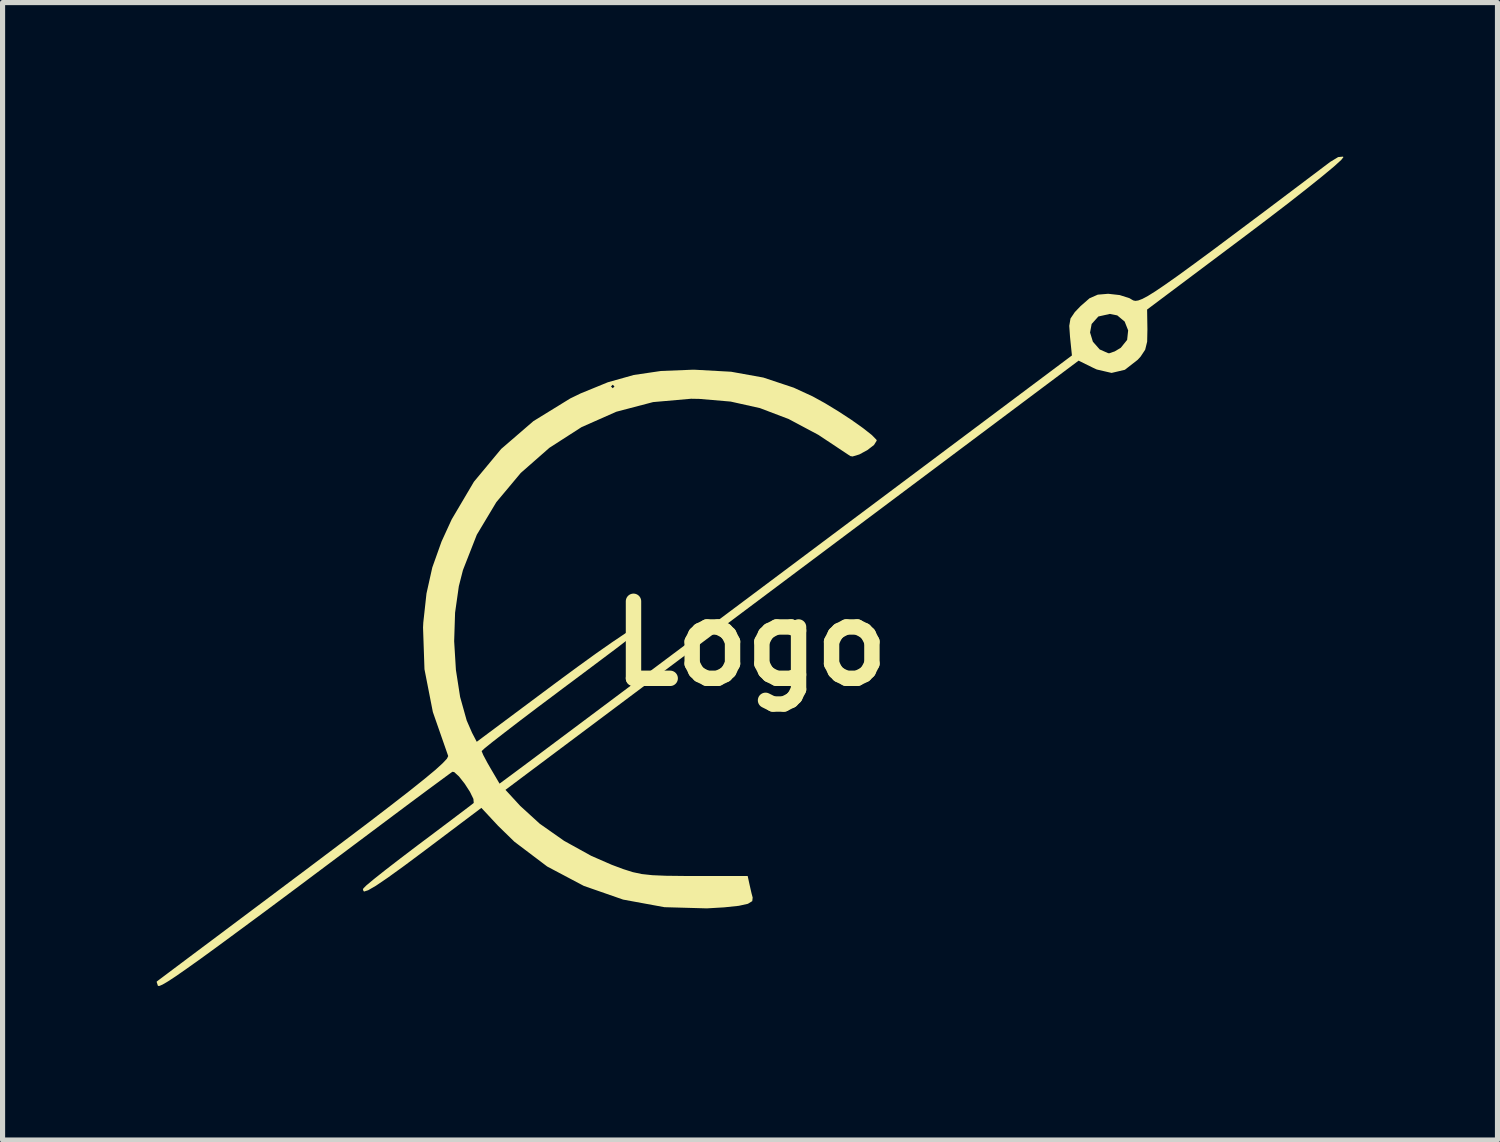
<source format=kicad_pcb>
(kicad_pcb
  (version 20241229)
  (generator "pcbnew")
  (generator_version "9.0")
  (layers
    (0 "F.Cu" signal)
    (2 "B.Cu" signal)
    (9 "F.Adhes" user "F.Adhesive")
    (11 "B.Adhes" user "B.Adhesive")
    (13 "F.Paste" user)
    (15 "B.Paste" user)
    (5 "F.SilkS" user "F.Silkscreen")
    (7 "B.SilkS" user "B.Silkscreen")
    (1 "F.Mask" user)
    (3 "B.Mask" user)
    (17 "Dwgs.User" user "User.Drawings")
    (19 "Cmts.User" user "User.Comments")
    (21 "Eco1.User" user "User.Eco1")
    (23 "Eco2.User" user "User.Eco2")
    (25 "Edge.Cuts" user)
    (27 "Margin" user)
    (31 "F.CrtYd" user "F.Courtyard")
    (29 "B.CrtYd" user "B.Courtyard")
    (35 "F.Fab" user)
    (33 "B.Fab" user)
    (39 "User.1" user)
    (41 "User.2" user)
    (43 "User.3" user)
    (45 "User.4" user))
  (footprint "Logo"
    (layer "F.Cu")
    (at 11.572 9.481)
    (property "Reference" "Logo" (at 0 0 0) (layer "F.SilkS") (effects (font (size 1.5 1.5) (thickness 0.3))))
    (attr board_only exclude_from_pos_files exclude_from_bom)
    (fp_poly (pts (xy 11.539 -9.471) (xy 11.496 -9.416) (xy 11.356 -9.289) (xy 11.13 -9.101) (xy 10.831 -8.861) (xy 10.47 -8.578) (xy 10.059 -8.263) (xy 9.649 -7.953) (xy 7.716 -6.503) (xy 7.722 -6.116) (xy 7.717 -5.878) (xy 7.678 -5.72) (xy 7.589 -5.586) (xy 7.532 -5.524) (xy 7.283 -5.33) (xy 7.024 -5.269) (xy 6.735 -5.336) (xy 6.662 -5.37) (xy 6.382 -5.508) (xy 0.801 -1.329) (xy -4.779 2.85) (xy -4.491 3.163) (xy -4.111 3.51) (xy -3.637 3.843) (xy -3.109 4.135) (xy -2.708 4.31) (xy -2.486 4.393) (xy -2.301 4.452) (xy -2.122 4.49) (xy -1.918 4.512) (xy -1.656 4.523) (xy -1.304 4.527) (xy -1.104 4.527) (xy -0.062 4.528) (xy -0.025 4.699) (xy 0.012 4.861) (xy 0.035 4.948) (xy 0.027 5.017) (xy -0.058 5.069) (xy -0.234 5.108) (xy -0.517 5.138) (xy -0.857 5.158) (xy -1.683 5.135) (xy -2.488 4.987) (xy -3.254 4.72) (xy -3.966 4.343) (xy -4.605 3.86) (xy -4.922 3.551) (xy -5.248 3.201) (xy -6.333 4.018) (xy -6.75 4.329) (xy -7.07 4.56) (xy -7.301 4.717) (xy -7.453 4.805) (xy -7.534 4.831) (xy -7.555 4.798) (xy -7.547 4.77) (xy -7.488 4.711) (xy -7.337 4.585) (xy -7.11 4.405) (xy -6.825 4.185) (xy -6.5 3.938) (xy -6.476 3.92) (xy -6.148 3.674) (xy -5.86 3.457) (xy -5.627 3.281) (xy -5.467 3.16) (xy -5.398 3.106) (xy -5.397 3.104) (xy -5.403 3.027) (xy -5.471 2.888) (xy -5.574 2.729) (xy -5.685 2.588) (xy -5.777 2.504) (xy -5.812 2.498) (xy -5.885 2.55) (xy -6.052 2.673) (xy -6.299 2.855) (xy -6.61 3.086) (xy -6.97 3.355) (xy -7.364 3.65) (xy -7.388 3.668) (xy -8.175 4.257) (xy -8.859 4.769) (xy -9.448 5.208) (xy -9.949 5.578) (xy -10.367 5.886) (xy -10.709 6.135) (xy -10.983 6.33) (xy -11.194 6.477) (xy -11.349 6.579) (xy -11.455 6.641) (xy -11.519 6.669) (xy -11.546 6.667) (xy -11.547 6.666) (xy -11.572 6.589) (xy -11.566 6.58) (xy -11.509 6.537) (xy -11.353 6.42) (xy -11.108 6.236) (xy -10.785 5.994) (xy -10.393 5.701) (xy -9.944 5.364) (xy -9.447 4.992) (xy -8.913 4.591) (xy -8.696 4.429) (xy -8.035 3.931) (xy -7.476 3.509) (xy -7.015 3.156) (xy -6.643 2.867) (xy -6.354 2.636) (xy -6.141 2.459) (xy -5.999 2.329) (xy -5.918 2.242) (xy -5.894 2.192) (xy -5.896 2.186) (xy -6.193 1.334) (xy -6.356 0.502) (xy -6.384 -0.311) (xy -6.379 -0.409) (xy -6.317 -0.973) (xy -6.204 -1.48) (xy -6.024 -1.985) (xy -5.826 -2.417) (xy -5.393 -3.15) (xy -4.862 -3.789) (xy -4.235 -4.33) (xy -3.517 -4.772) (xy -3.315 -4.87) (xy -2.985 -5.005) (xy -2.724 -5.005) (xy -2.69 -4.971) (xy -2.656 -5.005) (xy -2.69 -5.039) (xy -2.724 -5.005) (xy -2.985 -5.005) (xy -2.785 -5.087) (xy -2.28 -5.229) (xy -1.75 -5.307) (xy -1.144 -5.331) (xy -1.09 -5.331) (xy -0.385 -5.292) (xy 0.242 -5.179) (xy 0.834 -4.982) (xy 1.201 -4.813) (xy 1.439 -4.682) (xy 1.701 -4.523) (xy 1.958 -4.355) (xy 2.185 -4.194) (xy 2.356 -4.059) (xy 2.445 -3.968) (xy 2.451 -3.951) (xy 2.397 -3.865) (xy 2.267 -3.765) (xy 2.111 -3.681) (xy 1.98 -3.642) (xy 1.936 -3.65) (xy 1.314 -4.063) (xy 0.736 -4.371) (xy 0.176 -4.584) (xy -0.394 -4.711) (xy -1.002 -4.763) (xy -1.164 -4.766) (xy -1.904 -4.701) (xy -2.62 -4.513) (xy -3.298 -4.213) (xy -3.923 -3.811) (xy -4.481 -3.321) (xy -4.957 -2.752) (xy -5.337 -2.118) (xy -5.607 -1.429) (xy -5.687 -1.115) (xy -5.76 -0.601) (xy -5.778 -0.045) (xy -5.744 0.514) (xy -5.662 1.041) (xy -5.534 1.499) (xy -5.43 1.738) (xy -5.338 1.914) (xy -3.777 0.75) (xy -3.376 0.455) (xy -3.012 0.192) (xy -2.697 -0.028) (xy -2.447 -0.196) (xy -2.274 -0.303) (xy -2.193 -0.34) (xy -2.189 -0.337) (xy -2.179 -0.313) (xy -2.174 -0.291) (xy -2.187 -0.262) (xy -2.228 -0.217) (xy -2.308 -0.147) (xy -2.44 -0.043) (xy -2.634 0.106) (xy -2.902 0.307) (xy -3.254 0.571) (xy -3.703 0.906) (xy -3.762 0.951) (xy -4.152 1.243) (xy -4.503 1.509) (xy -4.802 1.739) (xy -5.035 1.92) (xy -5.186 2.042) (xy -5.243 2.095) (xy -5.243 2.095) (xy -5.212 2.171) (xy -5.131 2.323) (xy -5.069 2.431) (xy -4.894 2.729) (xy -4.637 2.539) (xy -4.547 2.472) (xy -4.355 2.329) (xy -4.07 2.116) (xy -3.7 1.839) (xy -3.252 1.504) (xy -2.735 1.117) (xy -2.156 0.684) (xy -1.523 0.21) (xy -0.844 -0.298) (xy -0.126 -0.835) (xy 0.621 -1.394) (xy 0.936 -1.63) (xy 6.252 -5.609) (xy 6.215 -5.969) (xy 6.209 -6.056) (xy 6.605 -6.056) (xy 6.66 -5.877) (xy 6.793 -5.726) (xy 6.959 -5.653) (xy 6.98 -5.652) (xy 7.085 -5.688) (xy 7.203 -5.758) (xy 7.327 -5.912) (xy 7.347 -6.097) (xy 7.279 -6.269) (xy 7.135 -6.389) (xy 6.992 -6.418) (xy 6.767 -6.368) (xy 6.636 -6.222) (xy 6.605 -6.056) (xy 6.209 -6.056) (xy 6.2 -6.186) (xy 6.224 -6.328) (xy 6.308 -6.453) (xy 6.419 -6.569) (xy 6.594 -6.722) (xy 6.755 -6.793) (xy 6.958 -6.81) (xy 7.182 -6.785) (xy 7.373 -6.724) (xy 7.411 -6.701) (xy 7.446 -6.681) (xy 7.488 -6.672) (xy 7.544 -6.68) (xy 7.623 -6.71) (xy 7.732 -6.768) (xy 7.879 -6.86) (xy 8.072 -6.991) (xy 8.32 -7.166) (xy 8.629 -7.391) (xy 9.009 -7.671) (xy 9.466 -8.013) (xy 10.01 -8.42) (xy 10.647 -8.9) (xy 11.281 -9.378) (xy 11.436 -9.472) (xy 11.53 -9.481)) (stroke (width 0) (type solid)) (fill yes) (layer "F.SilkS")))
  (gr_rect
    (start -3 -3)
    (end 26.111 19.15)
    (stroke (width 0.1) (type default))
    (fill no)
    (layer "Edge.Cuts")))
</source>
